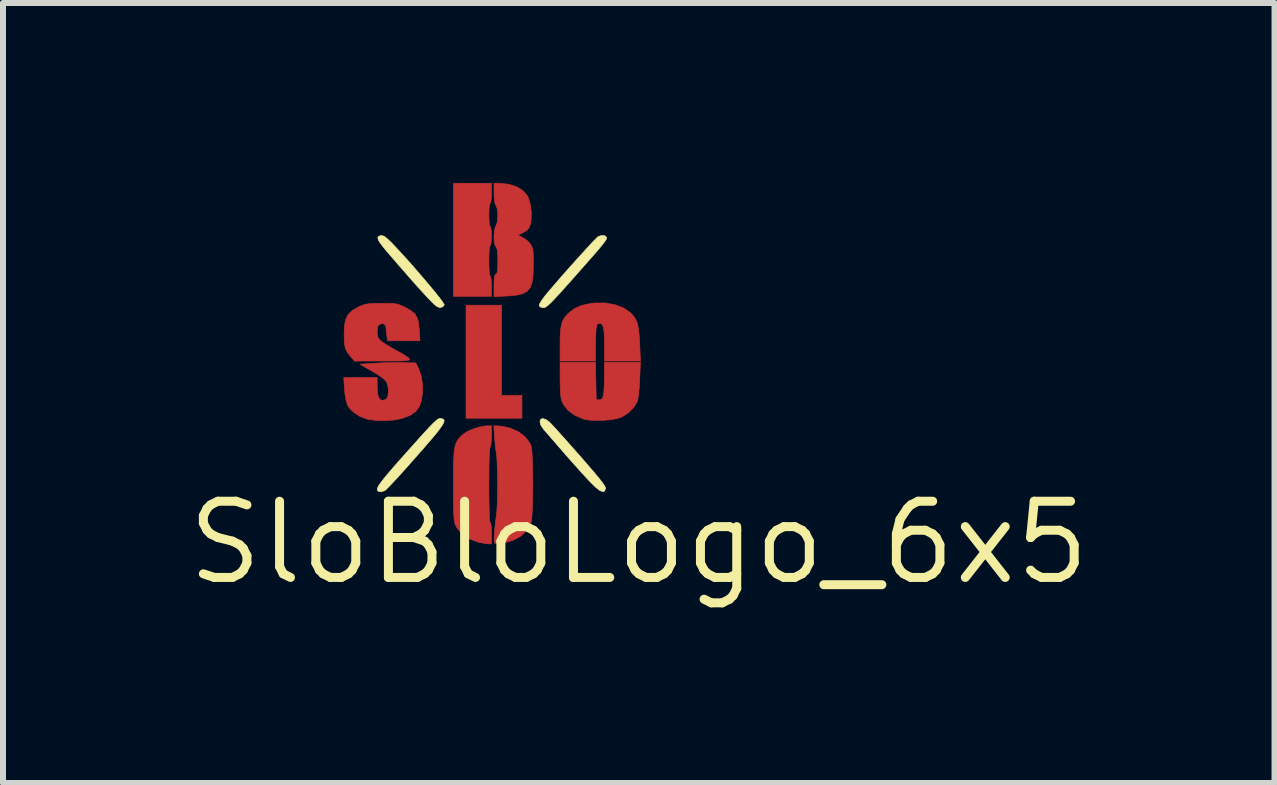
<source format=kicad_pcb>
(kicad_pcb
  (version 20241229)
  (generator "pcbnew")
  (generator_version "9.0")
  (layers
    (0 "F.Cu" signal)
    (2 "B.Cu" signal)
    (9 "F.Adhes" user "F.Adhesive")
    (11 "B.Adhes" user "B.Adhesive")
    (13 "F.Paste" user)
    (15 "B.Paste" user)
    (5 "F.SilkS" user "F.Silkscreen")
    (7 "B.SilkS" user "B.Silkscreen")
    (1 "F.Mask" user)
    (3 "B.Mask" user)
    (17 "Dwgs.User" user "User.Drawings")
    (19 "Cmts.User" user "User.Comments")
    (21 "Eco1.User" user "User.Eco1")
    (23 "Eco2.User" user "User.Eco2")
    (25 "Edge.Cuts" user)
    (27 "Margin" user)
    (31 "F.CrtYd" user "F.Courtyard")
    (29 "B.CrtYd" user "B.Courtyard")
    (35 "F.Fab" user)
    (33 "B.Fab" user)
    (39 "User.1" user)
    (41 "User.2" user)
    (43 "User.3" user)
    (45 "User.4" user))
  (footprint "SloBloLogo_6x5"
    (layer "F.Cu")
    (at 7.597 5.995)
    (property "Reference" "SloBloLogo_6x5" (at 0 0 0) (layer "F.SilkS") (effects (font (size 1.27 1.27) (thickness 0.15))))
    (attr through_hole)
    (fp_poly (pts (xy -2.286 -2.455) (xy -1.947 -2.455) (xy -1.947 -2.074) (xy -2.879 -2.074) (xy -2.879 -3.958) (xy -2.286 -3.958) (xy -2.286 -2.455)) (stroke (width 0.01) (type solid)) (fill yes) (layer "F.Cu"))
    (fp_poly (pts (xy -2.455 -5.821) (xy -2.458 -5.737) (xy -2.465 -5.678) (xy -2.475 -5.652) (xy -2.477 -5.652) (xy -2.487 -5.632) (xy -2.494 -5.576) (xy -2.497 -5.493) (xy -2.498 -5.461) (xy -2.495 -5.37) (xy -2.489 -5.305) (xy -2.48 -5.273) (xy -2.477 -5.271) (xy -2.466 -5.251) (xy -2.458 -5.197) (xy -2.455 -5.119) (xy -2.455 -5.112) (xy -2.458 -5.032) (xy -2.465 -4.976) (xy -2.476 -4.953) (xy -2.477 -4.953) (xy -2.486 -4.933) (xy -2.493 -4.875) (xy -2.497 -4.784) (xy -2.498 -4.699) (xy -2.496 -4.588) (xy -2.491 -4.505) (xy -2.484 -4.456) (xy -2.477 -4.445) (xy -2.466 -4.425) (xy -2.459 -4.371) (xy -2.455 -4.291) (xy -2.455 -4.276) (xy -2.455 -4.106) (xy -3.09 -4.106) (xy -3.09 -5.99) (xy -2.455 -5.99) (xy -2.455 -5.821)) (stroke (width 0.01) (type solid)) (fill yes) (layer "F.Cu"))
    (fp_poly (pts (xy -0.715 -2.693) (xy -0.709 -2.381) (xy -0.656 -2.381) (xy -0.628 -2.386) (xy -0.607 -2.404) (xy -0.592 -2.441) (xy -0.583 -2.502) (xy -0.577 -2.593) (xy -0.574 -2.72) (xy -0.574 -2.757) (xy -0.572 -3.006) (xy 0.028 -3.006) (xy 0.015 -2.712) (xy 0.007 -2.579) (xy -0.004 -2.468) (xy -0.016 -2.385) (xy -0.027 -2.346) (xy -0.085 -2.253) (xy -0.171 -2.167) (xy -0.274 -2.099) (xy -0.296 -2.088) (xy -0.375 -2.065) (xy -0.483 -2.048) (xy -0.604 -2.038) (xy -0.727 -2.037) (xy -0.837 -2.044) (xy -0.92 -2.06) (xy -0.921 -2.06) (xy -1.069 -2.125) (xy -1.183 -2.209) (xy -1.26 -2.311) (xy -1.29 -2.386) (xy -1.299 -2.438) (xy -1.306 -2.521) (xy -1.31 -2.624) (xy -1.312 -2.735) (xy -1.312 -2.736) (xy -1.312 -3.006) (xy -0.721 -3.006) (xy -0.715 -2.693)) (stroke (width 0.01) (type solid)) (fill yes) (layer "F.Cu"))
    (fp_poly (pts (xy -0.4 -3.967) (xy -0.258 -3.914) (xy -0.144 -3.837) (xy -0.141 -3.834) (xy -0.088 -3.779) (xy -0.05 -3.721) (xy -0.022 -3.651) (xy -0.004 -3.561) (xy 0.008 -3.444) (xy 0.015 -3.322) (xy 0.028 -3.027) (xy -0.572 -3.027) (xy -0.572 -3.268) (xy -0.573 -3.408) (xy -0.578 -3.51) (xy -0.588 -3.581) (xy -0.603 -3.625) (xy -0.624 -3.648) (xy -0.629 -3.65) (xy -0.663 -3.657) (xy -0.687 -3.645) (xy -0.703 -3.609) (xy -0.713 -3.545) (xy -0.718 -3.448) (xy -0.72 -3.321) (xy -0.72 -3.027) (xy -1.312 -3.027) (xy -1.312 -3.297) (xy -1.31 -3.442) (xy -1.303 -3.553) (xy -1.288 -3.638) (xy -1.264 -3.705) (xy -1.228 -3.762) (xy -1.179 -3.818) (xy -1.177 -3.819) (xy -1.076 -3.899) (xy -0.953 -3.954) (xy -0.802 -3.987) (xy -0.737 -3.994) (xy -0.562 -3.995) (xy -0.4 -3.967)) (stroke (width 0.01) (type solid)) (fill yes) (layer "F.Cu"))
    (fp_poly (pts (xy -3.949 -3.001) (xy -3.717 -2.995) (xy -3.669 -2.9) (xy -3.629 -2.79) (xy -3.607 -2.656) (xy -3.604 -2.514) (xy -3.62 -2.381) (xy -3.655 -2.272) (xy -3.716 -2.188) (xy -3.806 -2.124) (xy -3.93 -2.075) (xy -4.058 -2.047) (xy -4.208 -2.034) (xy -4.36 -2.036) (xy -4.498 -2.053) (xy -4.537 -2.062) (xy -4.651 -2.107) (xy -4.752 -2.172) (xy -4.828 -2.25) (xy -4.854 -2.291) (xy -4.878 -2.364) (xy -4.896 -2.469) (xy -4.905 -2.56) (xy -4.917 -2.752) (xy -4.36 -2.752) (xy -4.36 -2.615) (xy -4.355 -2.503) (xy -4.339 -2.427) (xy -4.311 -2.384) (xy -4.268 -2.371) (xy -4.266 -2.371) (xy -4.213 -2.389) (xy -4.181 -2.442) (xy -4.173 -2.53) (xy -4.175 -2.568) (xy -4.184 -2.625) (xy -4.201 -2.671) (xy -4.233 -2.713) (xy -4.285 -2.757) (xy -4.363 -2.809) (xy -4.473 -2.874) (xy -4.646 -2.974) (xy -4.413 -2.99) (xy -4.284 -2.997) (xy -4.137 -3.001) (xy -3.998 -3.001) (xy -3.949 -3.001)) (stroke (width 0.01) (type solid)) (fill yes) (layer "F.Cu"))
    (fp_poly (pts (xy -2.284 -1.941) (xy -2.203 -1.924) (xy -2.132 -1.905) (xy -2.006 -1.849) (xy -1.9 -1.769) (xy -1.823 -1.672) (xy -1.795 -1.613) (xy -1.786 -1.564) (xy -1.778 -1.479) (xy -1.773 -1.368) (xy -1.769 -1.235) (xy -1.767 -1.09) (xy -1.766 -0.939) (xy -1.768 -0.79) (xy -1.771 -0.649) (xy -1.776 -0.525) (xy -1.782 -0.424) (xy -1.791 -0.355) (xy -1.796 -0.332) (xy -1.86 -0.21) (xy -1.958 -0.113) (xy -2.089 -0.042) (xy -2.218 -0.003) (xy -2.311 0.016) (xy -2.369 0.022) (xy -2.4 0.008) (xy -2.411 -0.031) (xy -2.409 -0.1) (xy -2.406 -0.153) (xy -2.397 -0.257) (xy -2.386 -0.363) (xy -2.374 -0.451) (xy -2.373 -0.455) (xy -2.365 -0.531) (xy -2.359 -0.64) (xy -2.356 -0.771) (xy -2.354 -0.916) (xy -2.354 -1.064) (xy -2.357 -1.206) (xy -2.361 -1.333) (xy -2.367 -1.435) (xy -2.374 -1.492) (xy -2.387 -1.581) (xy -2.398 -1.687) (xy -2.406 -1.783) (xy -2.416 -1.947) (xy -2.343 -1.947) (xy -2.284 -1.941)) (stroke (width 0.01) (type solid)) (fill yes) (layer "F.Cu"))
    (fp_poly (pts (xy -2.455 -1.779) (xy -2.458 -1.699) (xy -2.464 -1.636) (xy -2.474 -1.601) (xy -2.477 -1.598) (xy -2.483 -1.573) (xy -2.488 -1.508) (xy -2.493 -1.405) (xy -2.496 -1.267) (xy -2.497 -1.095) (xy -2.498 -0.962) (xy -2.497 -0.765) (xy -2.495 -0.603) (xy -2.491 -0.478) (xy -2.487 -0.392) (xy -2.481 -0.346) (xy -2.477 -0.339) (xy -2.466 -0.319) (xy -2.459 -0.264) (xy -2.455 -0.182) (xy -2.455 -0.159) (xy -2.455 0.021) (xy -2.514 0.02) (xy -2.567 0.013) (xy -2.641 -0.001) (xy -2.686 -0.012) (xy -2.835 -0.068) (xy -2.949 -0.145) (xy -3.031 -0.247) (xy -3.058 -0.301) (xy -3.068 -0.332) (xy -3.075 -0.374) (xy -3.081 -0.433) (xy -3.085 -0.512) (xy -3.088 -0.618) (xy -3.089 -0.755) (xy -3.09 -0.929) (xy -3.09 -0.968) (xy -3.089 -1.158) (xy -3.087 -1.31) (xy -3.083 -1.431) (xy -3.076 -1.525) (xy -3.064 -1.598) (xy -3.047 -1.655) (xy -3.024 -1.701) (xy -2.994 -1.741) (xy -2.956 -1.78) (xy -2.939 -1.796) (xy -2.869 -1.846) (xy -2.771 -1.891) (xy -2.664 -1.926) (xy -2.563 -1.945) (xy -2.527 -1.947) (xy -2.455 -1.947) (xy -2.455 -1.779)) (stroke (width 0.01) (type solid)) (fill yes) (layer "F.Cu"))
    (fp_poly (pts (xy -4.175 -3.989) (xy -4.097 -3.986) (xy -4.038 -3.979) (xy -3.989 -3.965) (xy -3.937 -3.943) (xy -3.882 -3.916) (xy -3.792 -3.864) (xy -3.73 -3.81) (xy -3.691 -3.743) (xy -3.668 -3.654) (xy -3.657 -3.532) (xy -3.656 -3.53) (xy -3.647 -3.365) (xy -4.185 -3.365) (xy -4.199 -3.445) (xy -4.208 -3.514) (xy -4.212 -3.576) (xy -4.212 -3.58) (xy -4.227 -3.632) (xy -4.267 -3.653) (xy -4.32 -3.64) (xy -4.346 -3.615) (xy -4.358 -3.568) (xy -4.36 -3.517) (xy -4.358 -3.465) (xy -4.347 -3.422) (xy -4.322 -3.385) (xy -4.277 -3.346) (xy -4.208 -3.3) (xy -4.108 -3.241) (xy -4.071 -3.22) (xy -3.964 -3.16) (xy -3.886 -3.114) (xy -3.837 -3.08) (xy -3.819 -3.056) (xy -3.835 -3.041) (xy -3.886 -3.033) (xy -3.974 -3.029) (xy -4.101 -3.028) (xy -4.258 -3.028) (xy -4.737 -3.027) (xy -4.804 -3.103) (xy -4.85 -3.161) (xy -4.881 -3.216) (xy -4.899 -3.278) (xy -4.908 -3.36) (xy -4.911 -3.472) (xy -4.911 -3.484) (xy -4.905 -3.621) (xy -4.884 -3.724) (xy -4.843 -3.804) (xy -4.777 -3.868) (xy -4.682 -3.924) (xy -4.646 -3.941) (xy -4.594 -3.962) (xy -4.542 -3.976) (xy -4.479 -3.984) (xy -4.394 -3.988) (xy -4.284 -3.989) (xy -4.175 -3.989)) (stroke (width 0.01) (type solid)) (fill yes) (layer "F.Cu"))
    (fp_poly (pts (xy -2.323 -5.99) (xy -2.171 -5.975) (xy -2.039 -5.934) (xy -1.934 -5.87) (xy -1.859 -5.785) (xy -1.842 -5.751) (xy -1.808 -5.64) (xy -1.791 -5.512) (xy -1.793 -5.387) (xy -1.805 -5.313) (xy -1.828 -5.249) (xy -1.862 -5.207) (xy -1.923 -5.171) (xy -1.923 -5.171) (xy -2.015 -5.125) (xy -1.934 -5.086) (xy -1.868 -5.043) (xy -1.812 -4.985) (xy -1.805 -4.976) (xy -1.785 -4.943) (xy -1.772 -4.908) (xy -1.763 -4.863) (xy -1.759 -4.798) (xy -1.757 -4.705) (xy -1.757 -4.627) (xy -1.761 -4.468) (xy -1.776 -4.346) (xy -1.807 -4.256) (xy -1.857 -4.192) (xy -1.932 -4.151) (xy -2.036 -4.126) (xy -2.172 -4.112) (xy -2.205 -4.111) (xy -2.413 -4.101) (xy -2.413 -4.281) (xy -2.411 -4.374) (xy -2.405 -4.433) (xy -2.394 -4.464) (xy -2.381 -4.474) (xy -2.366 -4.488) (xy -2.356 -4.522) (xy -2.351 -4.583) (xy -2.35 -4.678) (xy -2.349 -4.696) (xy -2.351 -4.8) (xy -2.357 -4.87) (xy -2.367 -4.912) (xy -2.381 -4.932) (xy -2.4 -4.969) (xy -2.411 -5.034) (xy -2.413 -5.113) (xy -2.407 -5.191) (xy -2.393 -5.254) (xy -2.381 -5.28) (xy -2.361 -5.33) (xy -2.351 -5.406) (xy -2.35 -5.49) (xy -2.36 -5.567) (xy -2.379 -5.619) (xy -2.381 -5.621) (xy -2.401 -5.673) (xy -2.411 -5.763) (xy -2.412 -5.826) (xy -2.413 -5.99) (xy -2.323 -5.99)) (stroke (width 0.01) (type solid)) (fill yes) (layer "F.Cu"))
    (fp_poly (pts (xy -2.286 -2.455) (xy -1.947 -2.455) (xy -1.947 -2.074) (xy -2.879 -2.074) (xy -2.879 -3.958) (xy -2.286 -3.958) (xy -2.286 -2.455)) (stroke (width 0.01) (type solid)) (fill yes) (layer "F.Mask"))
    (fp_poly (pts (xy -2.455 -5.821) (xy -2.458 -5.737) (xy -2.465 -5.678) (xy -2.475 -5.652) (xy -2.477 -5.652) (xy -2.487 -5.632) (xy -2.494 -5.576) (xy -2.497 -5.493) (xy -2.498 -5.461) (xy -2.495 -5.37) (xy -2.489 -5.305) (xy -2.48 -5.273) (xy -2.477 -5.271) (xy -2.466 -5.251) (xy -2.458 -5.197) (xy -2.455 -5.119) (xy -2.455 -5.112) (xy -2.458 -5.032) (xy -2.465 -4.976) (xy -2.476 -4.953) (xy -2.477 -4.953) (xy -2.486 -4.933) (xy -2.493 -4.875) (xy -2.497 -4.784) (xy -2.498 -4.699) (xy -2.496 -4.588) (xy -2.491 -4.505) (xy -2.484 -4.456) (xy -2.477 -4.445) (xy -2.466 -4.425) (xy -2.459 -4.371) (xy -2.455 -4.291) (xy -2.455 -4.276) (xy -2.455 -4.106) (xy -3.09 -4.106) (xy -3.09 -5.99) (xy -2.455 -5.99) (xy -2.455 -5.821)) (stroke (width 0.01) (type solid)) (fill yes) (layer "F.Mask"))
    (fp_poly (pts (xy -0.715 -2.693) (xy -0.709 -2.381) (xy -0.656 -2.381) (xy -0.628 -2.386) (xy -0.607 -2.404) (xy -0.592 -2.441) (xy -0.583 -2.502) (xy -0.577 -2.593) (xy -0.574 -2.72) (xy -0.574 -2.757) (xy -0.572 -3.006) (xy 0.028 -3.006) (xy 0.015 -2.712) (xy 0.007 -2.579) (xy -0.004 -2.468) (xy -0.016 -2.385) (xy -0.027 -2.346) (xy -0.085 -2.253) (xy -0.171 -2.167) (xy -0.274 -2.099) (xy -0.296 -2.088) (xy -0.375 -2.065) (xy -0.483 -2.048) (xy -0.604 -2.038) (xy -0.727 -2.037) (xy -0.837 -2.044) (xy -0.92 -2.06) (xy -0.921 -2.06) (xy -1.069 -2.125) (xy -1.183 -2.209) (xy -1.26 -2.311) (xy -1.29 -2.386) (xy -1.299 -2.438) (xy -1.306 -2.521) (xy -1.31 -2.624) (xy -1.312 -2.735) (xy -1.312 -2.736) (xy -1.312 -3.006) (xy -0.721 -3.006) (xy -0.715 -2.693)) (stroke (width 0.01) (type solid)) (fill yes) (layer "F.Mask"))
    (fp_poly (pts (xy -0.4 -3.967) (xy -0.258 -3.914) (xy -0.144 -3.837) (xy -0.141 -3.834) (xy -0.088 -3.779) (xy -0.05 -3.721) (xy -0.022 -3.651) (xy -0.004 -3.561) (xy 0.008 -3.444) (xy 0.015 -3.322) (xy 0.028 -3.027) (xy -0.572 -3.027) (xy -0.572 -3.268) (xy -0.573 -3.408) (xy -0.578 -3.51) (xy -0.588 -3.581) (xy -0.603 -3.625) (xy -0.624 -3.648) (xy -0.629 -3.65) (xy -0.663 -3.657) (xy -0.687 -3.645) (xy -0.703 -3.609) (xy -0.713 -3.545) (xy -0.718 -3.448) (xy -0.72 -3.321) (xy -0.72 -3.027) (xy -1.312 -3.027) (xy -1.312 -3.297) (xy -1.31 -3.442) (xy -1.303 -3.553) (xy -1.288 -3.638) (xy -1.264 -3.705) (xy -1.228 -3.762) (xy -1.179 -3.818) (xy -1.177 -3.819) (xy -1.076 -3.899) (xy -0.953 -3.954) (xy -0.802 -3.987) (xy -0.737 -3.994) (xy -0.562 -3.995) (xy -0.4 -3.967)) (stroke (width 0.01) (type solid)) (fill yes) (layer "F.Mask"))
    (fp_poly (pts (xy -3.949 -3.001) (xy -3.717 -2.995) (xy -3.669 -2.9) (xy -3.629 -2.79) (xy -3.607 -2.656) (xy -3.604 -2.514) (xy -3.62 -2.381) (xy -3.655 -2.272) (xy -3.716 -2.188) (xy -3.806 -2.124) (xy -3.93 -2.075) (xy -4.058 -2.047) (xy -4.208 -2.034) (xy -4.36 -2.036) (xy -4.498 -2.053) (xy -4.537 -2.062) (xy -4.651 -2.107) (xy -4.752 -2.172) (xy -4.828 -2.25) (xy -4.854 -2.291) (xy -4.878 -2.364) (xy -4.896 -2.469) (xy -4.905 -2.56) (xy -4.917 -2.752) (xy -4.36 -2.752) (xy -4.36 -2.615) (xy -4.355 -2.503) (xy -4.339 -2.427) (xy -4.311 -2.384) (xy -4.268 -2.371) (xy -4.266 -2.371) (xy -4.213 -2.389) (xy -4.181 -2.442) (xy -4.173 -2.53) (xy -4.175 -2.568) (xy -4.184 -2.625) (xy -4.201 -2.671) (xy -4.233 -2.713) (xy -4.285 -2.757) (xy -4.363 -2.809) (xy -4.473 -2.874) (xy -4.646 -2.974) (xy -4.413 -2.99) (xy -4.284 -2.997) (xy -4.137 -3.001) (xy -3.998 -3.001) (xy -3.949 -3.001)) (stroke (width 0.01) (type solid)) (fill yes) (layer "F.Mask"))
    (fp_poly (pts (xy -2.284 -1.941) (xy -2.203 -1.924) (xy -2.132 -1.905) (xy -2.006 -1.849) (xy -1.9 -1.769) (xy -1.823 -1.672) (xy -1.795 -1.613) (xy -1.786 -1.564) (xy -1.778 -1.479) (xy -1.773 -1.368) (xy -1.769 -1.235) (xy -1.767 -1.09) (xy -1.766 -0.939) (xy -1.768 -0.79) (xy -1.771 -0.649) (xy -1.776 -0.525) (xy -1.782 -0.424) (xy -1.791 -0.355) (xy -1.796 -0.332) (xy -1.86 -0.21) (xy -1.958 -0.113) (xy -2.089 -0.042) (xy -2.218 -0.003) (xy -2.311 0.016) (xy -2.369 0.022) (xy -2.4 0.008) (xy -2.411 -0.031) (xy -2.409 -0.1) (xy -2.406 -0.153) (xy -2.397 -0.257) (xy -2.386 -0.363) (xy -2.374 -0.451) (xy -2.373 -0.455) (xy -2.365 -0.531) (xy -2.359 -0.64) (xy -2.356 -0.771) (xy -2.354 -0.916) (xy -2.354 -1.064) (xy -2.357 -1.206) (xy -2.361 -1.333) (xy -2.367 -1.435) (xy -2.374 -1.492) (xy -2.387 -1.581) (xy -2.398 -1.687) (xy -2.406 -1.783) (xy -2.416 -1.947) (xy -2.343 -1.947) (xy -2.284 -1.941)) (stroke (width 0.01) (type solid)) (fill yes) (layer "F.Mask"))
    (fp_poly (pts (xy -2.455 -1.779) (xy -2.458 -1.699) (xy -2.464 -1.636) (xy -2.474 -1.601) (xy -2.477 -1.598) (xy -2.483 -1.573) (xy -2.488 -1.508) (xy -2.493 -1.405) (xy -2.496 -1.267) (xy -2.497 -1.095) (xy -2.498 -0.962) (xy -2.497 -0.765) (xy -2.495 -0.603) (xy -2.491 -0.478) (xy -2.487 -0.392) (xy -2.481 -0.346) (xy -2.477 -0.339) (xy -2.466 -0.319) (xy -2.459 -0.264) (xy -2.455 -0.182) (xy -2.455 -0.159) (xy -2.455 0.021) (xy -2.514 0.02) (xy -2.567 0.013) (xy -2.641 -0.001) (xy -2.686 -0.012) (xy -2.835 -0.068) (xy -2.949 -0.145) (xy -3.031 -0.247) (xy -3.058 -0.301) (xy -3.068 -0.332) (xy -3.075 -0.374) (xy -3.081 -0.433) (xy -3.085 -0.512) (xy -3.088 -0.618) (xy -3.089 -0.755) (xy -3.09 -0.929) (xy -3.09 -0.968) (xy -3.089 -1.158) (xy -3.087 -1.31) (xy -3.083 -1.431) (xy -3.076 -1.525) (xy -3.064 -1.598) (xy -3.047 -1.655) (xy -3.024 -1.701) (xy -2.994 -1.741) (xy -2.956 -1.78) (xy -2.939 -1.796) (xy -2.869 -1.846) (xy -2.771 -1.891) (xy -2.664 -1.926) (xy -2.563 -1.945) (xy -2.527 -1.947) (xy -2.455 -1.947) (xy -2.455 -1.779)) (stroke (width 0.01) (type solid)) (fill yes) (layer "F.Mask"))
    (fp_poly (pts (xy -4.175 -3.989) (xy -4.097 -3.986) (xy -4.038 -3.979) (xy -3.989 -3.965) (xy -3.937 -3.943) (xy -3.882 -3.916) (xy -3.792 -3.864) (xy -3.73 -3.81) (xy -3.691 -3.743) (xy -3.668 -3.654) (xy -3.657 -3.532) (xy -3.656 -3.53) (xy -3.647 -3.365) (xy -4.185 -3.365) (xy -4.199 -3.445) (xy -4.208 -3.514) (xy -4.212 -3.576) (xy -4.212 -3.58) (xy -4.227 -3.632) (xy -4.267 -3.653) (xy -4.32 -3.64) (xy -4.346 -3.615) (xy -4.358 -3.568) (xy -4.36 -3.517) (xy -4.358 -3.465) (xy -4.347 -3.422) (xy -4.322 -3.385) (xy -4.277 -3.346) (xy -4.208 -3.3) (xy -4.108 -3.241) (xy -4.071 -3.22) (xy -3.964 -3.16) (xy -3.886 -3.114) (xy -3.837 -3.08) (xy -3.819 -3.056) (xy -3.835 -3.041) (xy -3.886 -3.033) (xy -3.974 -3.029) (xy -4.101 -3.028) (xy -4.258 -3.028) (xy -4.737 -3.027) (xy -4.804 -3.103) (xy -4.85 -3.161) (xy -4.881 -3.216) (xy -4.899 -3.278) (xy -4.908 -3.36) (xy -4.911 -3.472) (xy -4.911 -3.484) (xy -4.905 -3.621) (xy -4.884 -3.724) (xy -4.843 -3.804) (xy -4.777 -3.868) (xy -4.682 -3.924) (xy -4.646 -3.941) (xy -4.594 -3.962) (xy -4.542 -3.976) (xy -4.479 -3.984) (xy -4.394 -3.988) (xy -4.284 -3.989) (xy -4.175 -3.989)) (stroke (width 0.01) (type solid)) (fill yes) (layer "F.Mask"))
    (fp_poly (pts (xy -2.323 -5.99) (xy -2.171 -5.975) (xy -2.039 -5.934) (xy -1.934 -5.87) (xy -1.859 -5.785) (xy -1.842 -5.751) (xy -1.808 -5.64) (xy -1.791 -5.512) (xy -1.793 -5.387) (xy -1.805 -5.313) (xy -1.828 -5.249) (xy -1.862 -5.207) (xy -1.923 -5.171) (xy -1.923 -5.171) (xy -2.015 -5.125) (xy -1.934 -5.086) (xy -1.868 -5.043) (xy -1.812 -4.985) (xy -1.805 -4.976) (xy -1.785 -4.943) (xy -1.772 -4.908) (xy -1.763 -4.863) (xy -1.759 -4.798) (xy -1.757 -4.705) (xy -1.757 -4.627) (xy -1.761 -4.468) (xy -1.776 -4.346) (xy -1.807 -4.256) (xy -1.857 -4.192) (xy -1.932 -4.151) (xy -2.036 -4.126) (xy -2.172 -4.112) (xy -2.205 -4.111) (xy -2.413 -4.101) (xy -2.413 -4.281) (xy -2.411 -4.374) (xy -2.405 -4.433) (xy -2.394 -4.464) (xy -2.381 -4.474) (xy -2.366 -4.488) (xy -2.356 -4.522) (xy -2.351 -4.583) (xy -2.35 -4.678) (xy -2.349 -4.696) (xy -2.351 -4.8) (xy -2.357 -4.87) (xy -2.367 -4.912) (xy -2.381 -4.932) (xy -2.4 -4.969) (xy -2.411 -5.034) (xy -2.413 -5.113) (xy -2.407 -5.191) (xy -2.393 -5.254) (xy -2.381 -5.28) (xy -2.361 -5.33) (xy -2.351 -5.406) (xy -2.35 -5.49) (xy -2.36 -5.567) (xy -2.379 -5.619) (xy -2.381 -5.621) (xy -2.401 -5.673) (xy -2.411 -5.763) (xy -2.412 -5.826) (xy -2.413 -5.99) (xy -2.323 -5.99)) (stroke (width 0.01) (type solid)) (fill yes) (layer "F.Mask"))
    (fp_poly (pts (xy -1.548 -2.053) (xy -1.488 -2.008) (xy -1.455 -1.974) (xy -1.399 -1.913) (xy -1.323 -1.83) (xy -1.232 -1.728) (xy -1.13 -1.613) (xy -1.02 -1.489) (xy -0.98 -1.444) (xy -0.851 -1.295) (xy -0.747 -1.175) (xy -0.669 -1.08) (xy -0.612 -1.008) (xy -0.576 -0.956) (xy -0.557 -0.922) (xy -0.554 -0.904) (xy -0.57 -0.861) (xy -0.601 -0.849) (xy -0.649 -0.87) (xy -0.718 -0.923) (xy -0.807 -1.011) (xy -0.816 -1.02) (xy -0.887 -1.096) (xy -0.977 -1.195) (xy -1.077 -1.306) (xy -1.179 -1.421) (xy -1.249 -1.501) (xy -1.337 -1.603) (xy -1.421 -1.7) (xy -1.494 -1.784) (xy -1.551 -1.849) (xy -1.584 -1.887) (xy -1.632 -1.958) (xy -1.647 -2.016) (xy -1.636 -2.055) (xy -1.601 -2.069) (xy -1.548 -2.053)) (stroke (width 0.01) (type solid)) (fill yes) (layer "F.SilkS"))
    (fp_poly (pts (xy -4.265 -5.115) (xy -4.228 -5.096) (xy -4.181 -5.056) (xy -4.114 -4.991) (xy -4.084 -4.959) (xy -3.983 -4.851) (xy -3.876 -4.734) (xy -3.767 -4.612) (xy -3.66 -4.488) (xy -3.557 -4.368) (xy -3.463 -4.256) (xy -3.381 -4.156) (xy -3.314 -4.072) (xy -3.268 -4.009) (xy -3.244 -3.971) (xy -3.242 -3.963) (xy -3.267 -3.932) (xy -3.303 -3.92) (xy -3.336 -3.924) (xy -3.375 -3.945) (xy -3.426 -3.99) (xy -3.494 -4.058) (xy -3.574 -4.144) (xy -3.665 -4.243) (xy -3.75 -4.339) (xy -3.769 -4.36) (xy -3.834 -4.434) (xy -3.917 -4.53) (xy -4.01 -4.636) (xy -4.102 -4.743) (xy -4.135 -4.78) (xy -4.229 -4.89) (xy -4.295 -4.974) (xy -4.335 -5.034) (xy -4.35 -5.076) (xy -4.342 -5.101) (xy -4.313 -5.115) (xy -4.295 -5.118) (xy -4.265 -5.115)) (stroke (width 0.01) (type solid)) (fill yes) (layer "F.SilkS"))
    (fp_poly (pts (xy -3.273 -2.064) (xy -3.252 -2.054) (xy -3.244 -2.035) (xy -3.249 -2.007) (xy -3.27 -1.966) (xy -3.308 -1.91) (xy -3.365 -1.835) (xy -3.443 -1.741) (xy -3.544 -1.624) (xy -3.669 -1.481) (xy -3.82 -1.31) (xy -3.869 -1.254) (xy -3.964 -1.149) (xy -4.051 -1.053) (xy -4.126 -0.973) (xy -4.185 -0.912) (xy -4.223 -0.876) (xy -4.233 -0.868) (xy -4.293 -0.848) (xy -4.339 -0.855) (xy -4.346 -0.861) (xy -4.356 -0.875) (xy -4.358 -0.894) (xy -4.35 -0.92) (xy -4.33 -0.957) (xy -4.297 -1.005) (xy -4.247 -1.069) (xy -4.179 -1.151) (xy -4.091 -1.254) (xy -3.981 -1.379) (xy -3.846 -1.531) (xy -3.685 -1.71) (xy -3.676 -1.721) (xy -3.57 -1.838) (xy -3.488 -1.927) (xy -3.426 -1.99) (xy -3.38 -2.033) (xy -3.347 -2.058) (xy -3.321 -2.069) (xy -3.303 -2.07) (xy -3.273 -2.064)) (stroke (width 0.01) (type solid)) (fill yes) (layer "F.SilkS"))
    (fp_poly (pts (xy -0.566 -5.116) (xy -0.537 -5.091) (xy -0.535 -5.079) (xy -0.539 -5.064) (xy -0.551 -5.041) (xy -0.574 -5.009) (xy -0.609 -4.963) (xy -0.66 -4.902) (xy -0.728 -4.822) (xy -0.817 -4.721) (xy -0.927 -4.596) (xy -1.062 -4.443) (xy -1.14 -4.355) (xy -1.259 -4.222) (xy -1.353 -4.119) (xy -1.426 -4.04) (xy -1.482 -3.984) (xy -1.524 -3.947) (xy -1.555 -3.926) (xy -1.578 -3.917) (xy -1.588 -3.916) (xy -1.635 -3.926) (xy -1.659 -3.947) (xy -1.652 -3.98) (xy -1.62 -4.035) (xy -1.568 -4.106) (xy -1.565 -4.11) (xy -1.509 -4.178) (xy -1.435 -4.265) (xy -1.348 -4.365) (xy -1.253 -4.475) (xy -1.152 -4.588) (xy -1.051 -4.701) (xy -0.954 -4.808) (xy -0.865 -4.906) (xy -0.789 -4.989) (xy -0.728 -5.052) (xy -0.689 -5.091) (xy -0.676 -5.102) (xy -0.618 -5.12) (xy -0.566 -5.116)) (stroke (width 0.01) (type solid)) (fill yes) (layer "F.SilkS")))
  (gr_rect
    (start -3 -3)
    (end 18.194 10.001)
    (stroke (width 0.1) (type default))
    (fill no)
    (layer "Edge.Cuts")))
</source>
